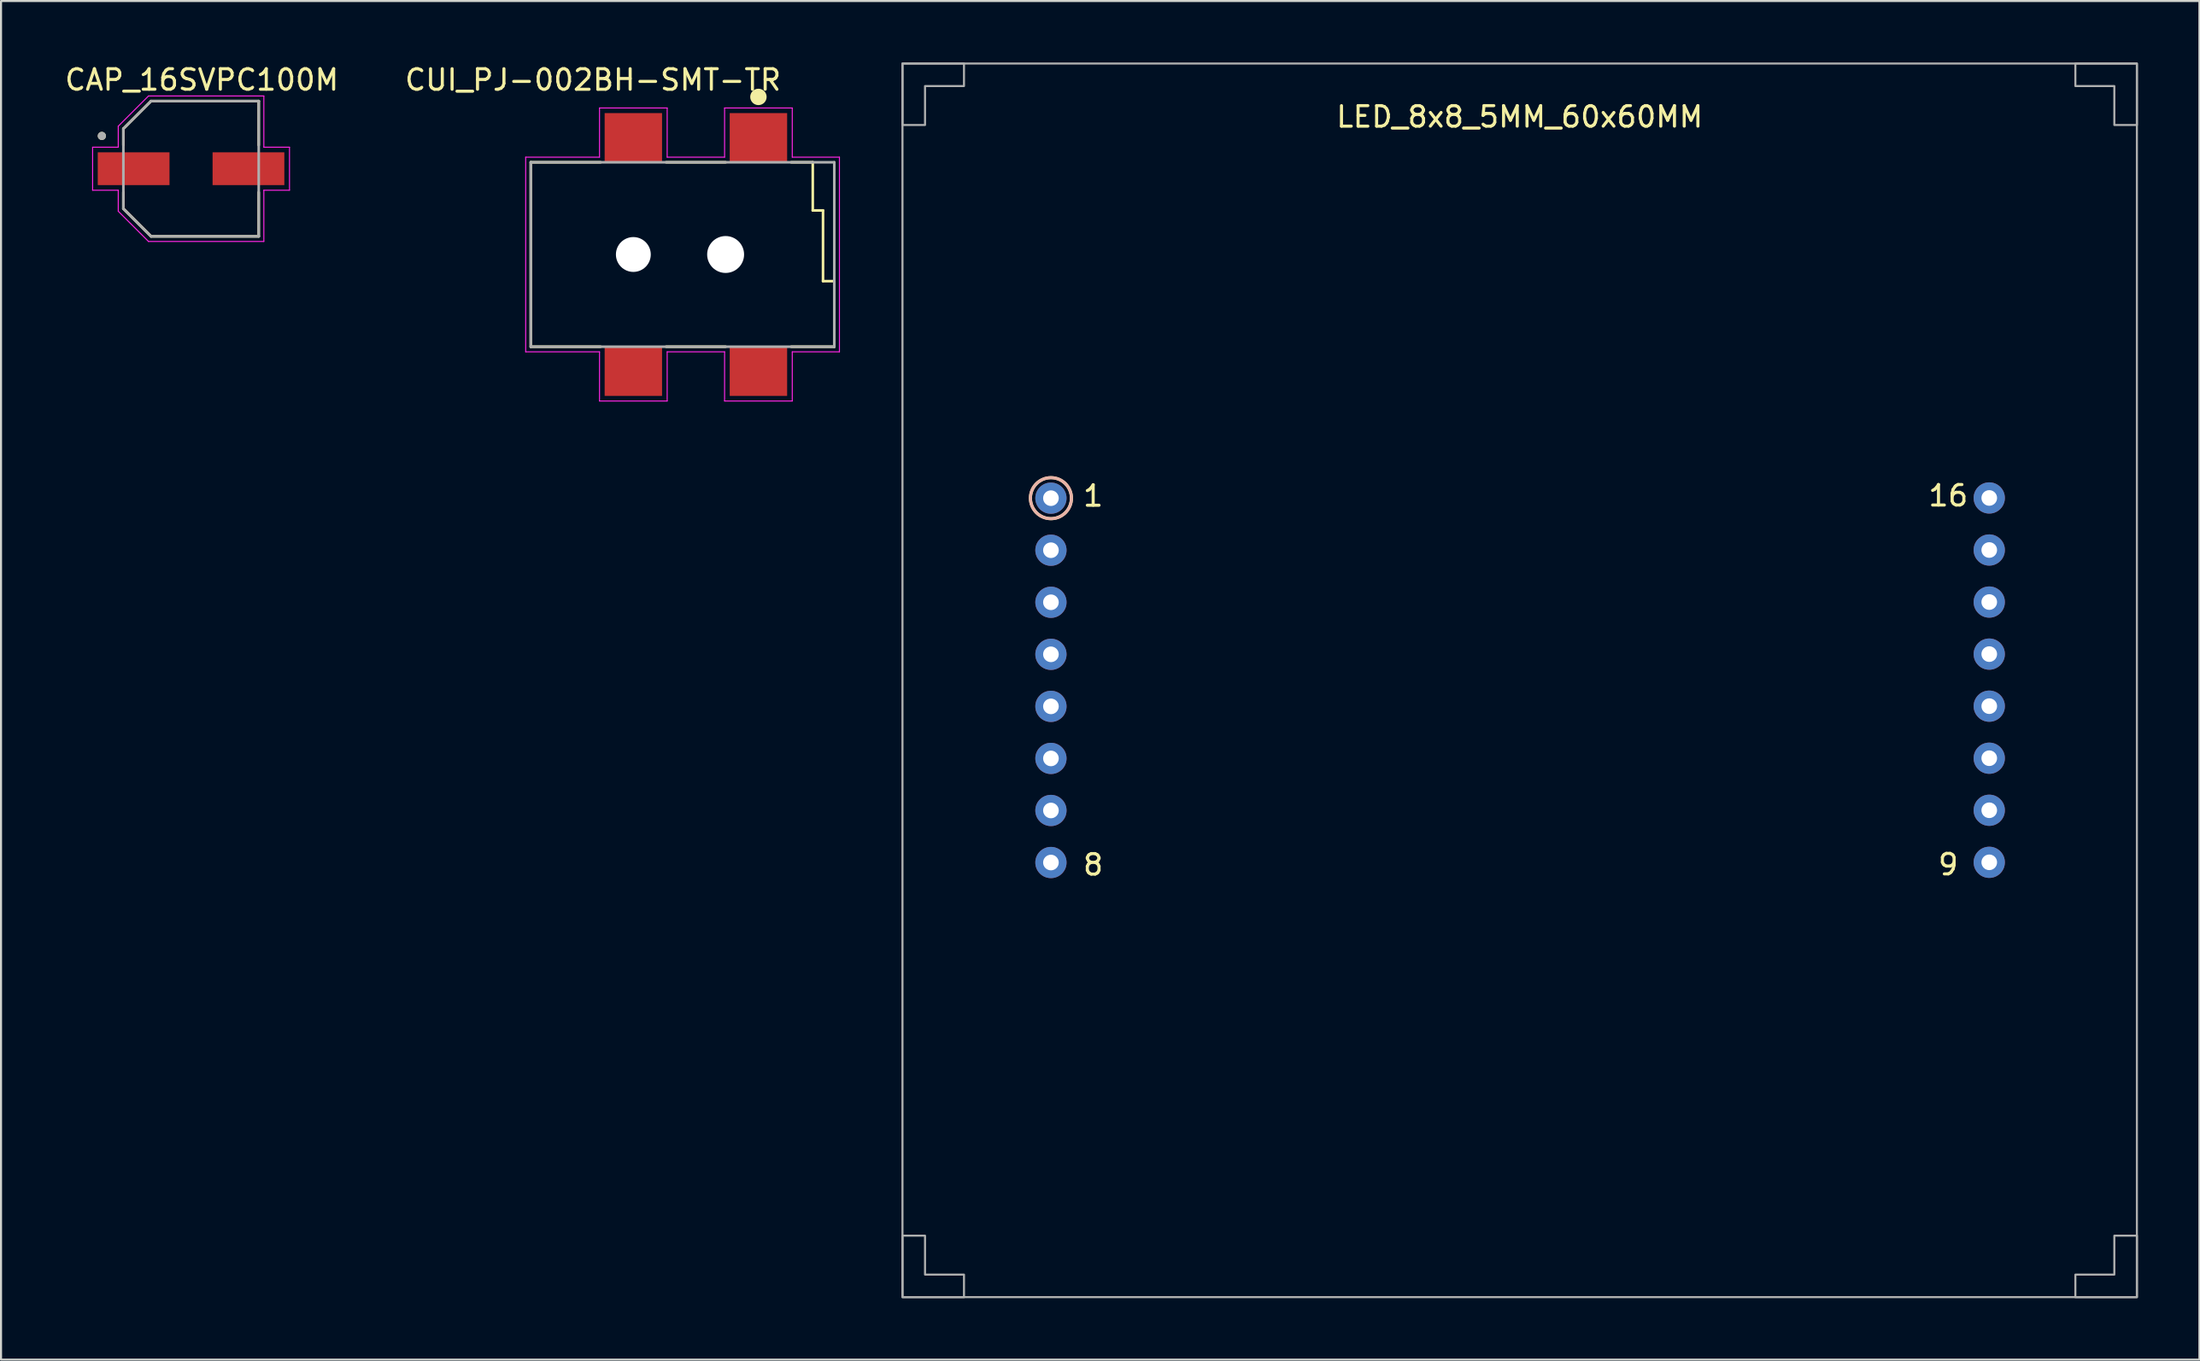
<source format=kicad_pcb>
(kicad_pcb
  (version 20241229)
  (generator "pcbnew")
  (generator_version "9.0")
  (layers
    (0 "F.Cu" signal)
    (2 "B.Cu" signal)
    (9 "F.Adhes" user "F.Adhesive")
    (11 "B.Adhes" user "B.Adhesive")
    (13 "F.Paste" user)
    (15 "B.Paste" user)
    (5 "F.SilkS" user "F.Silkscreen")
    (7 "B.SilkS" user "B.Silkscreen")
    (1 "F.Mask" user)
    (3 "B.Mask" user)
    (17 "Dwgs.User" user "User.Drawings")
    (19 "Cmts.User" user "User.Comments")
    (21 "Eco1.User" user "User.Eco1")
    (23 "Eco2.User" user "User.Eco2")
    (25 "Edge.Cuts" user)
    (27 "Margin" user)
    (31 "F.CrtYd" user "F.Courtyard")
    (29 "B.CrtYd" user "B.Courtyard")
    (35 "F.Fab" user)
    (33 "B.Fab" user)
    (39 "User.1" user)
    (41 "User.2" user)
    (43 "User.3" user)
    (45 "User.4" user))
  (footprint "CAP_16SVPC100M"
    (layer "F.Cu")
    (at 6.267 5.183)
    (property "Reference" "CAP_16SVPC100M" (at 0.525 -4.335 0) (layer "F.SilkS") (effects (font (size 1 1) (thickness 0.15))))
    (attr smd)
    (fp_line (start -3.3 -1.95) (end -1.95 -3.3) (stroke (width 0.127) (type solid)) (layer "F.SilkS"))
    (fp_line (start -3.3 -1.15) (end -3.3 -1.95) (stroke (width 0.127) (type solid)) (layer "F.SilkS"))
    (fp_line (start -3.3 1.15) (end -3.3 1.95) (stroke (width 0.127) (type solid)) (layer "F.SilkS"))
    (fp_line (start -3.3 1.95) (end -1.95 3.3) (stroke (width 0.127) (type solid)) (layer "F.SilkS"))
    (fp_line (start -1.95 -3.3) (end 3.3 -3.3) (stroke (width 0.127) (type solid)) (layer "F.SilkS"))
    (fp_line (start -1.95 3.3) (end 3.3 3.3) (stroke (width 0.127) (type solid)) (layer "F.SilkS"))
    (fp_line (start 3.3 -3.3) (end 3.3 -1.15) (stroke (width 0.127) (type solid)) (layer "F.SilkS"))
    (fp_line (start 3.3 3.3) (end 3.3 1.15) (stroke (width 0.127) (type solid)) (layer "F.SilkS"))
    (fp_circle (center -4.35 -1.6) (end -4.25 -1.6) (stroke (width 0.2) (type solid)) (fill no) (layer "F.SilkS"))
    (fp_line (start -4.8 -1.05) (end -3.55 -1.05) (stroke (width 0.05) (type solid)) (layer "F.CrtYd"))
    (fp_line (start -4.8 1.05) (end -4.8 -1.05) (stroke (width 0.05) (type solid)) (layer "F.CrtYd"))
    (fp_line (start -3.55 -2.075) (end -2.075 -3.55) (stroke (width 0.05) (type solid)) (layer "F.CrtYd"))
    (fp_line (start -3.55 -1.05) (end -3.55 -2.075) (stroke (width 0.05) (type solid)) (layer "F.CrtYd"))
    (fp_line (start -3.55 1.05) (end -4.8 1.05) (stroke (width 0.05) (type solid)) (layer "F.CrtYd"))
    (fp_line (start -3.55 2.075) (end -3.55 1.05) (stroke (width 0.05) (type solid)) (layer "F.CrtYd"))
    (fp_line (start -2.075 -3.55) (end 3.55 -3.55) (stroke (width 0.05) (type solid)) (layer "F.CrtYd"))
    (fp_line (start -2.075 3.55) (end -3.55 2.075) (stroke (width 0.05) (type solid)) (layer "F.CrtYd"))
    (fp_line (start 3.55 -3.55) (end 3.55 -1.05) (stroke (width 0.05) (type solid)) (layer "F.CrtYd"))
    (fp_line (start 3.55 -1.05) (end 4.8 -1.05) (stroke (width 0.05) (type solid)) (layer "F.CrtYd"))
    (fp_line (start 3.55 1.05) (end 3.55 3.55) (stroke (width 0.05) (type solid)) (layer "F.CrtYd"))
    (fp_line (start 3.55 3.55) (end -2.075 3.55) (stroke (width 0.05) (type solid)) (layer "F.CrtYd"))
    (fp_line (start 4.8 -1.05) (end 4.8 1.05) (stroke (width 0.05) (type solid)) (layer "F.CrtYd"))
    (fp_line (start 4.8 1.05) (end 3.55 1.05) (stroke (width 0.05) (type solid)) (layer "F.CrtYd"))
    (fp_line (start -3.3 -1.95) (end -1.95 -3.3) (stroke (width 0.127) (type solid)) (layer "F.Fab"))
    (fp_line (start -3.3 1.95) (end -3.3 -1.95) (stroke (width 0.127) (type solid)) (layer "F.Fab"))
    (fp_line (start -1.95 -3.3) (end 3.3 -3.3) (stroke (width 0.127) (type solid)) (layer "F.Fab"))
    (fp_line (start -1.95 3.3) (end -3.3 1.95) (stroke (width 0.127) (type solid)) (layer "F.Fab"))
    (fp_line (start 3.3 -3.3) (end 3.3 3.3) (stroke (width 0.127) (type solid)) (layer "F.Fab"))
    (fp_line (start 3.3 3.3) (end -1.95 3.3) (stroke (width 0.127) (type solid)) (layer "F.Fab"))
    (fp_circle (center -4.35 -1.6) (end -4.25 -1.6) (stroke (width 0.2) (type solid)) (fill no) (layer "F.Fab"))
    (pad "1" smd rect (at -2.8 0) (size 3.5 1.6) (layers "F.Cu" "F.Mask" "F.Paste"))
    (pad "2" smd rect (at 2.8 0) (size 3.5 1.6) (layers "F.Cu" "F.Mask" "F.Paste")))
  (footprint "LED_8x8_5MM_60x60MM"
    (layer "F.Cu")
    (at 71.062 30.15)
    (property "Reference" "LED_8x8_5MM_60x60MM" (at 0 -27.5 0) (layer "F.SilkS") (effects (font (size 1 1) (thickness 0.15))))
    (attr through_hole)
    (fp_circle (center -22.86 -8.89) (end -22.86 -7.89) (stroke (width 0.15) (type solid)) (fill no) (layer "F.SilkS"))
    (fp_circle (center -22.86 -8.89) (end -21.86 -8.89) (stroke (width 0.15) (type solid)) (fill no) (layer "B.SilkS"))
    (fp_rect (start -30.1 -30.1) (end 30.1 30.1) (stroke (width 0.1) (type default)) (fill no) (layer "F.Fab"))
    (fp_poly (pts (xy -30.1 -30.1) (xy -27.1 -30.1) (xy -27.1 -29) (xy -29 -29) (xy -29 -27.1) (xy -30.1 -27.1)) (stroke (width 0.1) (type solid)) (fill no) (layer "F.Fab"))
    (fp_poly (pts (xy -30.1 30.1) (xy -30.1 27.1) (xy -29 27.1) (xy -29 29) (xy -27.1 29) (xy -27.1 30.1)) (stroke (width 0.1) (type solid)) (fill no) (layer "F.Fab"))
    (fp_poly (pts (xy 30.1 -30.1) (xy 30.1 -27.1) (xy 29 -27.1) (xy 29 -29) (xy 27.1 -29) (xy 27.1 -30.1)) (stroke (width 0.1) (type solid)) (fill no) (layer "F.Fab"))
    (fp_poly (pts (xy 30.1 30.1) (xy 27.1 30.1) (xy 27.1 29) (xy 29 29) (xy 29 27.1) (xy 30.1 27.1)) (stroke (width 0.1) (type solid)) (fill no) (layer "F.Fab"))
    (fp_text user "1" (at -20.8 -9 0) (layer "F.SilkS") (effects (font (size 1 1) (thickness 0.15))))
    (fp_text user "9" (at 20.9 8.99 0) (layer "F.SilkS") (effects (font (size 1 1) (thickness 0.15))))
    (fp_text user "16" (at 20.9 -9.01 0) (layer "F.SilkS") (effects (font (size 1 1) (thickness 0.15))))
    (fp_text user "8" (at -20.8 9 0) (layer "F.SilkS") (effects (font (size 1 1) (thickness 0.15))))
    (pad "1" thru_hole circle (at -22.86 -8.89) (size 1.524 1.524) (drill 0.762) (layers "*.Cu" "*.Mask"))
    (pad "2" thru_hole circle (at -22.86 -6.35) (size 1.524 1.524) (drill 0.762) (layers "*.Cu" "*.Mask"))
    (pad "3" thru_hole circle (at -22.86 -3.81) (size 1.524 1.524) (drill 0.762) (layers "*.Cu" "*.Mask"))
    (pad "4" thru_hole circle (at -22.86 -1.27) (size 1.524 1.524) (drill 0.762) (layers "*.Cu" "*.Mask"))
    (pad "5" thru_hole circle (at -22.86 1.27) (size 1.524 1.524) (drill 0.762) (layers "*.Cu" "*.Mask"))
    (pad "6" thru_hole circle (at -22.86 3.81) (size 1.524 1.524) (drill 0.762) (layers "*.Cu" "*.Mask"))
    (pad "7" thru_hole circle (at -22.86 6.35) (size 1.524 1.524) (drill 0.762) (layers "*.Cu" "*.Mask"))
    (pad "8" thru_hole circle (at -22.86 8.89) (size 1.524 1.524) (drill 0.762) (layers "*.Cu" "*.Mask"))
    (pad "9" thru_hole circle (at 22.9 8.88) (size 1.524 1.524) (drill 0.762) (layers "*.Cu" "*.Mask"))
    (pad "10" thru_hole circle (at 22.9 6.34) (size 1.524 1.524) (drill 0.762) (layers "*.Cu" "*.Mask"))
    (pad "11" thru_hole circle (at 22.9 3.8) (size 1.524 1.524) (drill 0.762) (layers "*.Cu" "*.Mask"))
    (pad "12" thru_hole circle (at 22.9 1.26) (size 1.524 1.524) (drill 0.762) (layers "*.Cu" "*.Mask"))
    (pad "13" thru_hole circle (at 22.9 -1.28) (size 1.524 1.524) (drill 0.762) (layers "*.Cu" "*.Mask"))
    (pad "14" thru_hole circle (at 22.9 -3.82) (size 1.524 1.524) (drill 0.762) (layers "*.Cu" "*.Mask"))
    (pad "15" thru_hole circle (at 22.9 -6.36) (size 1.524 1.524) (drill 0.762) (layers "*.Cu" "*.Mask"))
    (pad "16" thru_hole circle (at 22.9 -8.9) (size 1.524 1.524) (drill 0.762) (layers "*.Cu" "*.Mask")))
  (footprint "CUI_PJ-002BH-SMT-TR"
    (layer "F.Cu")
    (at 33.937 3.669)
    (property "Reference" "CUI_PJ-002BH-SMT-TR" (at -8.069 -2.82 0) (layer "F.SilkS") (effects (font (size 1.002 1.002) (thickness 0.15))))
    (attr smd)
    (fp_line (start -11.1 1.2) (end -11.1 10.2) (stroke (width 0.127) (type solid)) (layer "F.SilkS"))
    (fp_line (start -11.1 10.2) (end -7.7 10.2) (stroke (width 0.127) (type solid)) (layer "F.SilkS"))
    (fp_line (start -7.7 1.2) (end -11.1 1.2) (stroke (width 0.127) (type solid)) (layer "F.SilkS"))
    (fp_line (start -4.5 10.2) (end -1.6 10.2) (stroke (width 0.127) (type solid)) (layer "F.SilkS"))
    (fp_line (start -1.6 1.2) (end -4.5 1.2) (stroke (width 0.127) (type solid)) (layer "F.SilkS"))
    (fp_line (start 1.6 10.2) (end 3.7 10.2) (stroke (width 0.127) (type solid)) (layer "F.SilkS"))
    (fp_line (start 2.65 1.2) (end 1.6 1.2) (stroke (width 0.127) (type solid)) (layer "F.SilkS"))
    (fp_line (start 2.65 3.55) (end 2.65 1.2) (stroke (width 0.127) (type solid)) (layer "F.SilkS"))
    (fp_line (start 3.15 3.55) (end 2.65 3.55) (stroke (width 0.127) (type solid)) (layer "F.SilkS"))
    (fp_line (start 3.15 7) (end 3.15 3.55) (stroke (width 0.127) (type solid)) (layer "F.SilkS"))
    (fp_line (start 3.7 7) (end 3.15 7) (stroke (width 0.127) (type solid)) (layer "F.SilkS"))
    (fp_line (start 3.7 10.2) (end 3.7 7) (stroke (width 0.127) (type solid)) (layer "F.SilkS"))
    (fp_circle (center 0 -1.99) (end 0.2 -1.99) (stroke (width 0.4) (type solid)) (fill no) (layer "F.SilkS"))
    (fp_line (start -11.35 0.95) (end -7.75 0.95) (stroke (width 0.05) (type solid)) (layer "F.CrtYd"))
    (fp_line (start -11.35 10.45) (end -11.35 0.95) (stroke (width 0.05) (type solid)) (layer "F.CrtYd"))
    (fp_line (start -7.75 -1.45) (end -4.45 -1.45) (stroke (width 0.05) (type solid)) (layer "F.CrtYd"))
    (fp_line (start -7.75 0.95) (end -7.75 -1.45) (stroke (width 0.05) (type solid)) (layer "F.CrtYd"))
    (fp_line (start -7.75 10.45) (end -11.35 10.45) (stroke (width 0.05) (type solid)) (layer "F.CrtYd"))
    (fp_line (start -7.75 12.85) (end -7.75 10.45) (stroke (width 0.05) (type solid)) (layer "F.CrtYd"))
    (fp_line (start -4.45 -1.45) (end -4.45 0.95) (stroke (width 0.05) (type solid)) (layer "F.CrtYd"))
    (fp_line (start -4.45 0.95) (end -1.65 0.95) (stroke (width 0.05) (type solid)) (layer "F.CrtYd"))
    (fp_line (start -4.45 10.45) (end -4.45 12.85) (stroke (width 0.05) (type solid)) (layer "F.CrtYd"))
    (fp_line (start -4.45 12.85) (end -7.75 12.85) (stroke (width 0.05) (type solid)) (layer "F.CrtYd"))
    (fp_line (start -1.65 -1.45) (end 1.65 -1.45) (stroke (width 0.05) (type solid)) (layer "F.CrtYd"))
    (fp_line (start -1.65 0.95) (end -1.65 -1.45) (stroke (width 0.05) (type solid)) (layer "F.CrtYd"))
    (fp_line (start -1.65 10.45) (end -4.45 10.45) (stroke (width 0.05) (type solid)) (layer "F.CrtYd"))
    (fp_line (start -1.65 12.85) (end -1.65 10.45) (stroke (width 0.05) (type solid)) (layer "F.CrtYd"))
    (fp_line (start 1.65 -1.45) (end 1.65 0.95) (stroke (width 0.05) (type solid)) (layer "F.CrtYd"))
    (fp_line (start 1.65 0.95) (end 3.95 0.95) (stroke (width 0.05) (type solid)) (layer "F.CrtYd"))
    (fp_line (start 1.65 10.45) (end 1.65 12.85) (stroke (width 0.05) (type solid)) (layer "F.CrtYd"))
    (fp_line (start 1.65 12.85) (end -1.65 12.85) (stroke (width 0.05) (type solid)) (layer "F.CrtYd"))
    (fp_line (start 3.95 0.95) (end 3.95 10.45) (stroke (width 0.05) (type solid)) (layer "F.CrtYd"))
    (fp_line (start 3.95 10.45) (end 1.65 10.45) (stroke (width 0.05) (type solid)) (layer "F.CrtYd"))
    (fp_line (start -11.1 1.2) (end -11.1 10.2) (stroke (width 0.127) (type solid)) (layer "F.Fab"))
    (fp_line (start -11.1 10.2) (end 3.7 10.2) (stroke (width 0.127) (type solid)) (layer "F.Fab"))
    (fp_line (start 3.7 1.2) (end -11.1 1.2) (stroke (width 0.127) (type solid)) (layer "F.Fab"))
    (fp_line (start 3.7 10.2) (end 3.7 1.2) (stroke (width 0.127) (type solid)) (layer "F.Fab"))
    (pad "" np_thru_hole circle (at -6.1 5.7) (size 1.7 1.7) (drill 1.7) (layers "*.Cu" "*.Mask"))
    (pad "" np_thru_hole circle (at -1.6 5.7) (size 1.8 1.8) (drill 1.8) (layers "*.Cu" "*.Mask"))
    (pad "1A" smd rect (at 0 0) (size 2.8 2.4) (layers "F.Cu" "F.Mask" "F.Paste"))
    (pad "1B" smd rect (at -6.1 0) (size 2.8 2.4) (layers "F.Cu" "F.Mask" "F.Paste"))
    (pad "2" smd rect (at -6.1 11.4) (size 2.8 2.4) (layers "F.Cu" "F.Mask" "F.Paste"))
    (pad "3" smd rect (at 0 11.4) (size 2.8 2.4) (layers "F.Cu" "F.Mask" "F.Paste")))
  (gr_rect
    (start -3 -3)
    (end 104.212 63.3)
    (stroke (width 0.1) (type default))
    (fill no)
    (layer "Edge.Cuts")))
</source>
